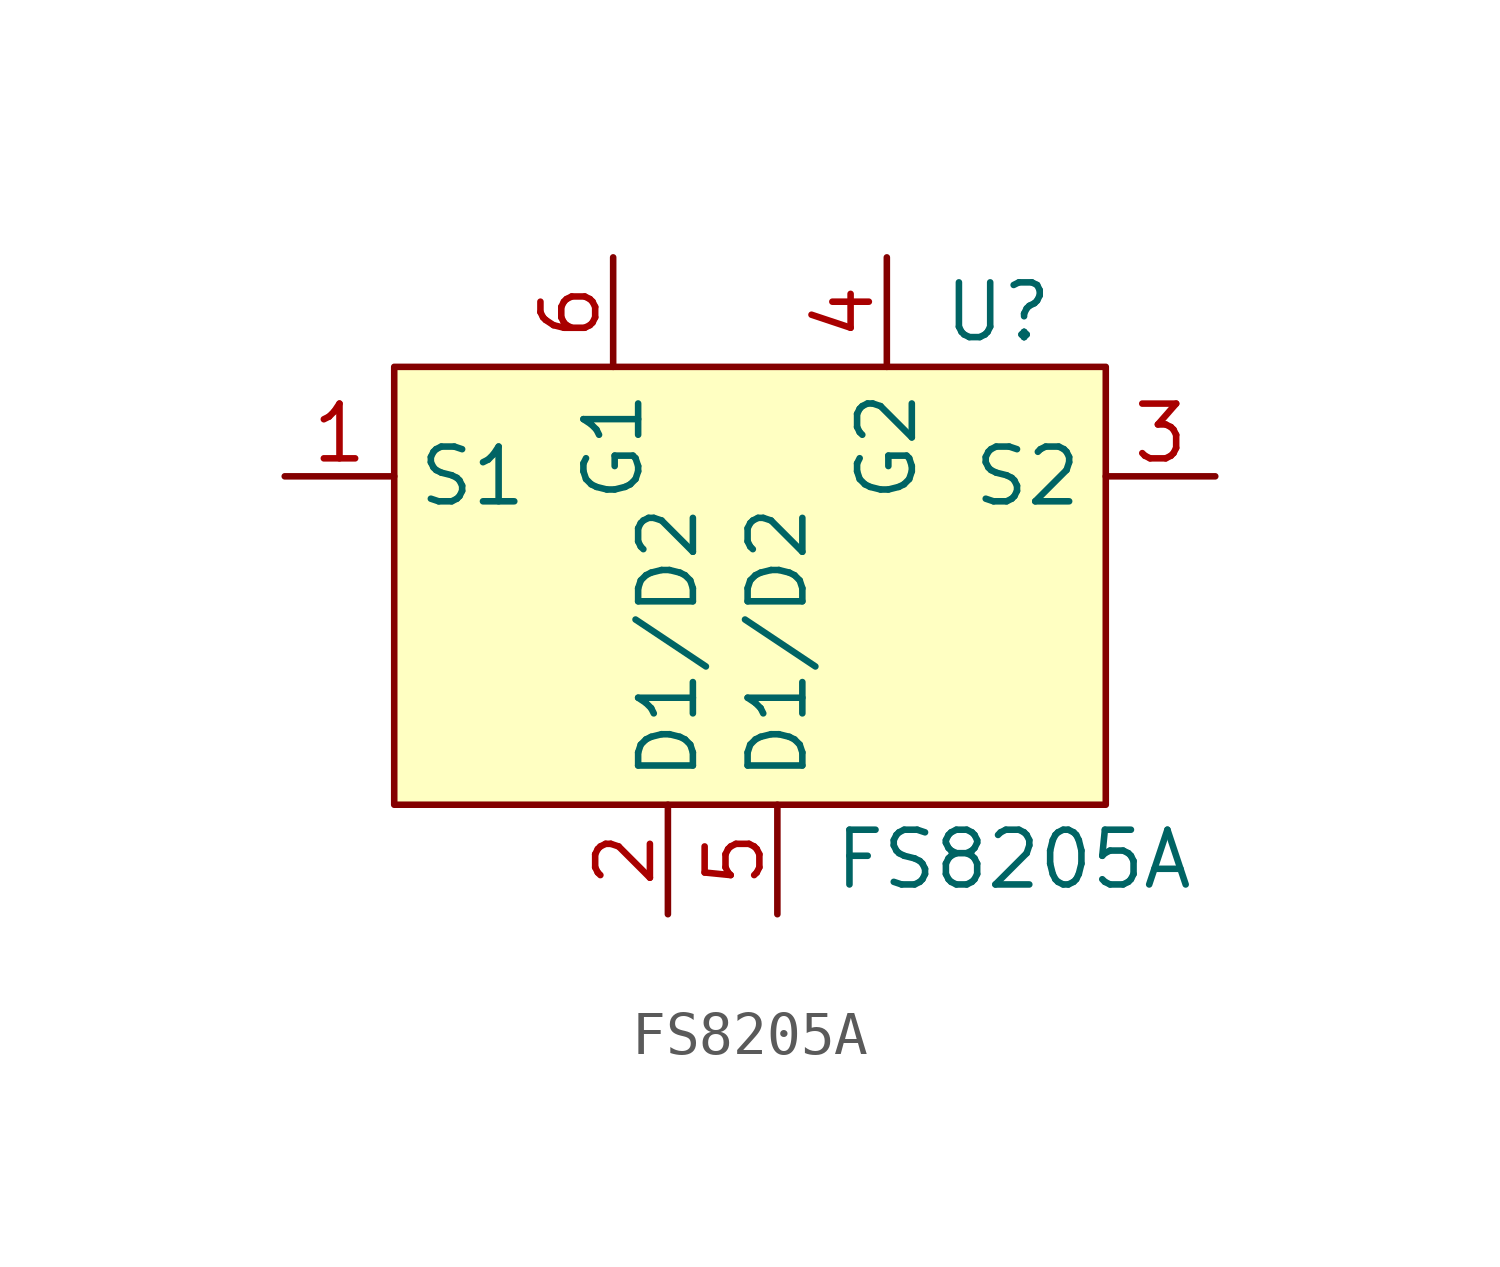
<source format=kicad_sym>
(kicad_symbol_lib
  (version 20220914)
  (generator kicad_symbol_editor)
  (symbol "FS8205A"
    (property "Reference" "U"
      (at 5.08 3.81 0)
      (do_not_autoplace)
      (effects (font (size 1.27 1.27)) (justify left)))
    (property "Value" "FS8205A"
      (at 2.54 -8.89 0)
      (effects (font (size 1.27 1.27)) (justify left)))
    (symbol "FS8205A_0_0"
      (pin unspecified line (at -10.16 0 0) (length 2.54) (name "S1" (effects (font (size 1.27 1.27)))) (number "1" (effects (font (size 1.27 1.27)))))
      (pin unspecified line (at -1.27 -10.16 90) (length 2.54) (name "D1/D2" (effects (font (size 1.27 1.27)))) (number "2" (effects (font (size 1.27 1.27)))))
      (pin unspecified line (at 11.43 0 180) (length 2.54) (name "S2" (effects (font (size 1.27 1.27)))) (number "3" (effects (font (size 1.27 1.27)))))
      (pin input line (at 3.81 5.08 270) (length 2.54) (name "G2" (effects (font (size 1.27 1.27)))) (number "4" (effects (font (size 1.27 1.27)))))
      (pin unspecified line (at 1.27 -10.16 90) (length 2.54) (name "D1/D2" (effects (font (size 1.27 1.27)))) (number "5" (effects (font (size 1.27 1.27)))))
      (pin input line (at -2.54 5.08 270) (length 2.54) (name "G1" (effects (font (size 1.27 1.27)))) (number "6" (effects (font (size 1.27 1.27))))))
    (symbol "FS8205A_1_1"
      (rectangle (start -7.62 2.54) (end 8.89 -7.62) (stroke (width 0) (type default)) (fill (type background))))))
</source>
